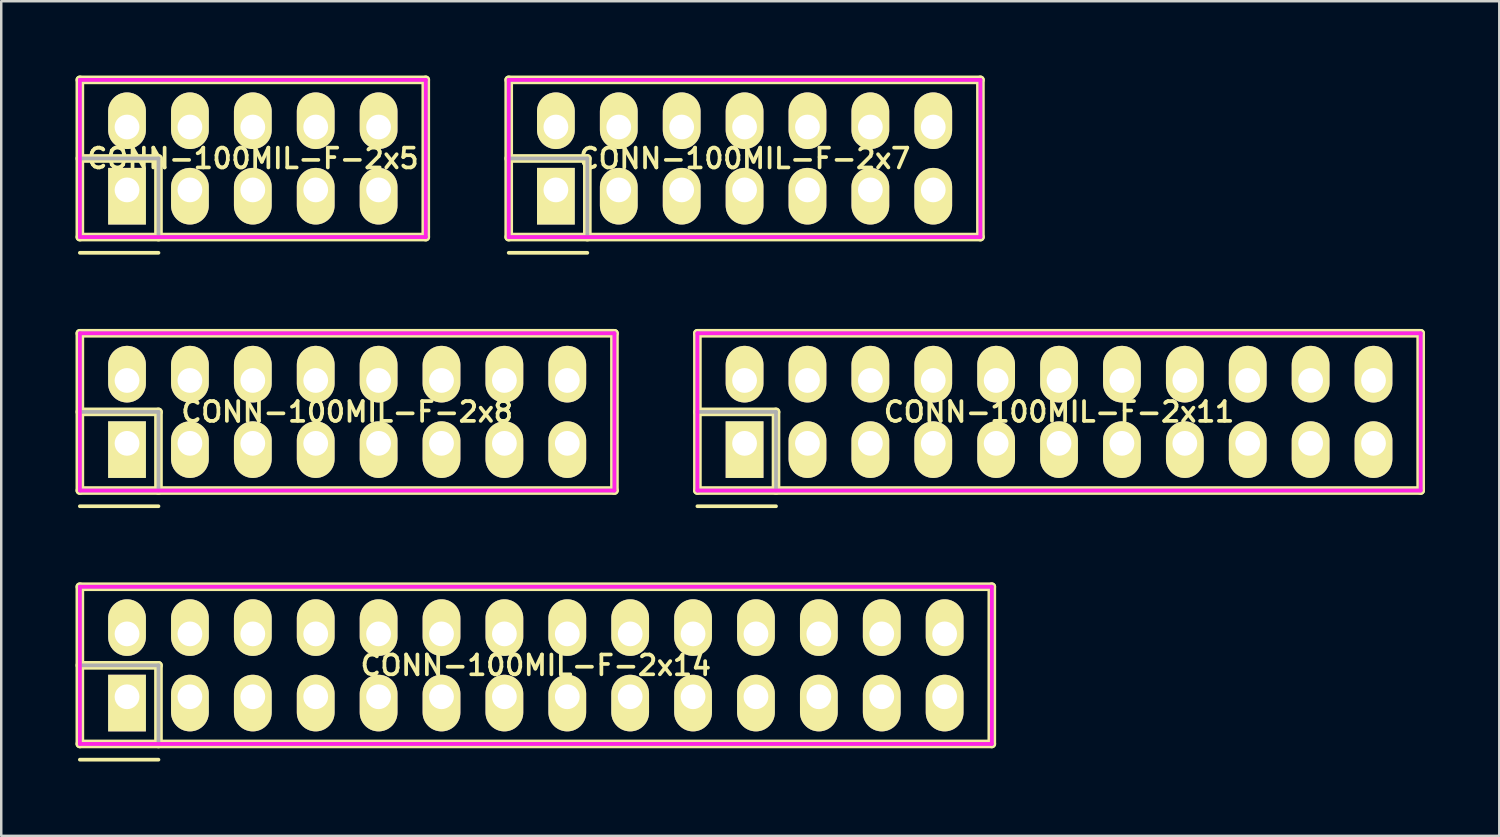
<source format=kicad_pcb>
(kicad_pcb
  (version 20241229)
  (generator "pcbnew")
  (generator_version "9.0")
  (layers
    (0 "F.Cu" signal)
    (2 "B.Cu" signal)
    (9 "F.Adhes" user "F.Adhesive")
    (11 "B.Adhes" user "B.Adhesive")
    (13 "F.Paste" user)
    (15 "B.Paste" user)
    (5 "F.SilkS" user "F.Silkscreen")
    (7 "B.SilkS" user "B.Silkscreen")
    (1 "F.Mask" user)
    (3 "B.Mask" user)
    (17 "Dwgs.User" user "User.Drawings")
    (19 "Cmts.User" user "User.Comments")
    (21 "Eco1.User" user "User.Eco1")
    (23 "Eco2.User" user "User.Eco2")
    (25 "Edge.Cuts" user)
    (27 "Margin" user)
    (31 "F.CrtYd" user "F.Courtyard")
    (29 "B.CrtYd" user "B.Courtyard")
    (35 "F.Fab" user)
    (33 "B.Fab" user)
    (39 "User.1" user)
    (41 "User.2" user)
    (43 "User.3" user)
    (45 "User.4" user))
  (footprint "CONN-100MIL-F-2x11"
    (layer "F.Cu")
    (at 39.72 13.585)
    (property "Reference" "CONN-100MIL-F-2x11" (at 0 0 0) (layer "F.SilkS") (effects (font (size 0.8 0.8) (thickness 0.15))))
    (attr through_hole)
    (fp_line (start -14.605 -3.175) (end 14.605 -3.175) (stroke (width 0.35) (type solid)) (layer "F.SilkS"))
    (fp_line (start -14.605 0) (end -11.43 0) (stroke (width 0.35) (type solid)) (layer "F.SilkS"))
    (fp_line (start -14.605 3.175) (end -14.605 -3.175) (stroke (width 0.35) (type solid)) (layer "F.SilkS"))
    (fp_line (start -14.605 3.81) (end -11.43 3.81) (stroke (width 0.15) (type solid)) (layer "F.SilkS"))
    (fp_line (start -11.43 0) (end -11.43 3.175) (stroke (width 0.35) (type solid)) (layer "F.SilkS"))
    (fp_line (start 14.605 -3.175) (end 14.605 3.175) (stroke (width 0.35) (type solid)) (layer "F.SilkS"))
    (fp_line (start 14.605 3.175) (end -14.605 3.175) (stroke (width 0.35) (type solid)) (layer "F.SilkS"))
    (fp_line (start -14.605 -3.175) (end 14.605 -3.175) (stroke (width 0.15) (type solid)) (layer "F.CrtYd"))
    (fp_line (start -14.605 3.175) (end -14.605 -3.175) (stroke (width 0.15) (type solid)) (layer "F.CrtYd"))
    (fp_line (start 14.605 -3.175) (end 14.605 3.175) (stroke (width 0.15) (type solid)) (layer "F.CrtYd"))
    (fp_line (start 14.605 3.175) (end -14.605 3.175) (stroke (width 0.15) (type solid)) (layer "F.CrtYd"))
    (fp_line (start -14.605 -3.175) (end 14.605 -3.175) (stroke (width 0.15) (type solid)) (layer "F.Fab"))
    (fp_line (start -14.605 0) (end -11.43 0) (stroke (width 0.15) (type solid)) (layer "F.Fab"))
    (fp_line (start -14.605 3.175) (end -14.605 -3.175) (stroke (width 0.15) (type solid)) (layer "F.Fab"))
    (fp_line (start -11.43 0) (end -11.43 3.175) (stroke (width 0.15) (type solid)) (layer "F.Fab"))
    (fp_line (start 14.605 -3.175) (end 14.605 3.175) (stroke (width 0.15) (type solid)) (layer "F.Fab"))
    (fp_line (start 14.605 3.175) (end -14.605 3.175) (stroke (width 0.15) (type solid)) (layer "F.Fab"))
    (pad "1" thru_hole rect (at -12.7 1.27) (size 1.524 2.286) (drill 1 (offset 0 0.254)) (layers "*.Cu" "*.Mask" "F.SilkS"))
    (pad "2" thru_hole oval (at -12.7 -1.27) (size 1.524 2.286) (drill 1 (offset 0 -0.254)) (layers "*.Cu" "*.Mask" "F.SilkS"))
    (pad "3" thru_hole oval (at -10.16 1.27) (size 1.524 2.286) (drill 1 (offset 0 0.254)) (layers "*.Cu" "*.Mask" "F.SilkS"))
    (pad "4" thru_hole oval (at -10.16 -1.27) (size 1.524 2.286) (drill 1 (offset 0 -0.254)) (layers "*.Cu" "*.Mask" "F.SilkS"))
    (pad "5" thru_hole oval (at -7.62 1.27) (size 1.524 2.286) (drill 1 (offset 0 0.254)) (layers "*.Cu" "*.Mask" "F.SilkS"))
    (pad "6" thru_hole oval (at -7.62 -1.27) (size 1.524 2.286) (drill 1 (offset 0 -0.254)) (layers "*.Cu" "*.Mask" "F.SilkS"))
    (pad "7" thru_hole oval (at -5.08 1.27) (size 1.524 2.286) (drill 1 (offset 0 0.254)) (layers "*.Cu" "*.Mask" "F.SilkS"))
    (pad "8" thru_hole oval (at -5.08 -1.27) (size 1.524 2.286) (drill 1 (offset 0 -0.254)) (layers "*.Cu" "*.Mask" "F.SilkS"))
    (pad "9" thru_hole oval (at -2.54 1.27) (size 1.524 2.286) (drill 1 (offset 0 0.254)) (layers "*.Cu" "*.Mask" "F.SilkS"))
    (pad "10" thru_hole oval (at -2.54 -1.27) (size 1.524 2.286) (drill 1 (offset 0 -0.254)) (layers "*.Cu" "*.Mask" "F.SilkS"))
    (pad "11" thru_hole oval (at 0 1.27) (size 1.524 2.286) (drill 1 (offset 0 0.254)) (layers "*.Cu" "*.Mask" "F.SilkS"))
    (pad "12" thru_hole oval (at 0 -1.27) (size 1.524 2.286) (drill 1 (offset 0 -0.254)) (layers "*.Cu" "*.Mask" "F.SilkS"))
    (pad "13" thru_hole oval (at 2.54 1.27) (size 1.524 2.286) (drill 1 (offset 0 0.254)) (layers "*.Cu" "*.Mask" "F.SilkS"))
    (pad "14" thru_hole oval (at 2.54 -1.27) (size 1.524 2.286) (drill 1 (offset 0 -0.254)) (layers "*.Cu" "*.Mask" "F.SilkS"))
    (pad "15" thru_hole oval (at 5.08 1.27) (size 1.524 2.286) (drill 1 (offset 0 0.254)) (layers "*.Cu" "*.Mask" "F.SilkS"))
    (pad "16" thru_hole oval (at 5.08 -1.27) (size 1.524 2.286) (drill 1 (offset 0 -0.254)) (layers "*.Cu" "*.Mask" "F.SilkS"))
    (pad "17" thru_hole oval (at 7.62 1.27) (size 1.524 2.286) (drill 1 (offset 0 0.254)) (layers "*.Cu" "*.Mask" "F.SilkS"))
    (pad "18" thru_hole oval (at 7.62 -1.27) (size 1.524 2.286) (drill 1 (offset 0 -0.254)) (layers "*.Cu" "*.Mask" "F.SilkS"))
    (pad "19" thru_hole oval (at 10.16 1.27) (size 1.524 2.286) (drill 1 (offset 0 0.254)) (layers "*.Cu" "*.Mask" "F.SilkS"))
    (pad "20" thru_hole oval (at 10.16 -1.27) (size 1.524 2.286) (drill 1 (offset 0 -0.254)) (layers "*.Cu" "*.Mask" "F.SilkS"))
    (pad "21" thru_hole oval (at 12.7 1.27) (size 1.524 2.286) (drill 1 (offset 0 0.254)) (layers "*.Cu" "*.Mask" "F.SilkS"))
    (pad "22" thru_hole oval (at 12.7 -1.27) (size 1.524 2.286) (drill 1 (offset 0 -0.254)) (layers "*.Cu" "*.Mask" "F.SilkS")))
  (footprint "CONN-100MIL-F-2x7"
    (layer "F.Cu")
    (at 27.02 3.35)
    (property "Reference" "CONN-100MIL-F-2x7" (at 0 0 0) (layer "F.SilkS") (effects (font (size 0.8 0.8) (thickness 0.15))))
    (attr through_hole)
    (fp_line (start -9.525 -3.175) (end 9.525 -3.175) (stroke (width 0.35) (type solid)) (layer "F.SilkS"))
    (fp_line (start -9.525 0) (end -6.35 0) (stroke (width 0.35) (type solid)) (layer "F.SilkS"))
    (fp_line (start -9.525 3.175) (end -9.525 -3.175) (stroke (width 0.35) (type solid)) (layer "F.SilkS"))
    (fp_line (start -9.525 3.81) (end -6.35 3.81) (stroke (width 0.15) (type solid)) (layer "F.SilkS"))
    (fp_line (start -6.35 0) (end -6.35 3.175) (stroke (width 0.35) (type solid)) (layer "F.SilkS"))
    (fp_line (start 9.525 -3.175) (end 9.525 3.175) (stroke (width 0.35) (type solid)) (layer "F.SilkS"))
    (fp_line (start 9.525 3.175) (end -9.525 3.175) (stroke (width 0.35) (type solid)) (layer "F.SilkS"))
    (fp_line (start -9.525 -3.175) (end 9.525 -3.175) (stroke (width 0.15) (type solid)) (layer "F.CrtYd"))
    (fp_line (start -9.525 3.175) (end -9.525 -3.175) (stroke (width 0.15) (type solid)) (layer "F.CrtYd"))
    (fp_line (start 9.525 -3.175) (end 9.525 3.175) (stroke (width 0.15) (type solid)) (layer "F.CrtYd"))
    (fp_line (start 9.525 3.175) (end -9.525 3.175) (stroke (width 0.15) (type solid)) (layer "F.CrtYd"))
    (fp_line (start -9.525 -3.175) (end 9.525 -3.175) (stroke (width 0.15) (type solid)) (layer "F.Fab"))
    (fp_line (start -9.525 0) (end -6.35 0) (stroke (width 0.15) (type solid)) (layer "F.Fab"))
    (fp_line (start -9.525 3.175) (end -9.525 -3.175) (stroke (width 0.15) (type solid)) (layer "F.Fab"))
    (fp_line (start -6.35 0) (end -6.35 3.175) (stroke (width 0.15) (type solid)) (layer "F.Fab"))
    (fp_line (start 9.525 -3.175) (end 9.525 3.175) (stroke (width 0.15) (type solid)) (layer "F.Fab"))
    (fp_line (start 9.525 3.175) (end -9.525 3.175) (stroke (width 0.15) (type solid)) (layer "F.Fab"))
    (pad "1" thru_hole rect (at -7.62 1.27) (size 1.524 2.286) (drill 1 (offset 0 0.254)) (layers "*.Cu" "*.Mask" "F.SilkS"))
    (pad "2" thru_hole oval (at -7.62 -1.27) (size 1.524 2.286) (drill 1 (offset 0 -0.254)) (layers "*.Cu" "*.Mask" "F.SilkS"))
    (pad "3" thru_hole oval (at -5.08 1.27) (size 1.524 2.286) (drill 1 (offset 0 0.254)) (layers "*.Cu" "*.Mask" "F.SilkS"))
    (pad "4" thru_hole oval (at -5.08 -1.27) (size 1.524 2.286) (drill 1 (offset 0 -0.254)) (layers "*.Cu" "*.Mask" "F.SilkS"))
    (pad "5" thru_hole oval (at -2.54 1.27) (size 1.524 2.286) (drill 1 (offset 0 0.254)) (layers "*.Cu" "*.Mask" "F.SilkS"))
    (pad "6" thru_hole oval (at -2.54 -1.27) (size 1.524 2.286) (drill 1 (offset 0 -0.254)) (layers "*.Cu" "*.Mask" "F.SilkS"))
    (pad "7" thru_hole oval (at 0 1.27) (size 1.524 2.286) (drill 1 (offset 0 0.254)) (layers "*.Cu" "*.Mask" "F.SilkS"))
    (pad "8" thru_hole oval (at 0 -1.27) (size 1.524 2.286) (drill 1 (offset 0 -0.254)) (layers "*.Cu" "*.Mask" "F.SilkS"))
    (pad "9" thru_hole oval (at 2.54 1.27) (size 1.524 2.286) (drill 1 (offset 0 0.254)) (layers "*.Cu" "*.Mask" "F.SilkS"))
    (pad "10" thru_hole oval (at 2.54 -1.27) (size 1.524 2.286) (drill 1 (offset 0 -0.254)) (layers "*.Cu" "*.Mask" "F.SilkS"))
    (pad "11" thru_hole oval (at 5.08 1.27) (size 1.524 2.286) (drill 1 (offset 0 0.254)) (layers "*.Cu" "*.Mask" "F.SilkS"))
    (pad "12" thru_hole oval (at 5.08 -1.27) (size 1.524 2.286) (drill 1 (offset 0 -0.254)) (layers "*.Cu" "*.Mask" "F.SilkS"))
    (pad "13" thru_hole oval (at 7.62 1.27) (size 1.524 2.286) (drill 1 (offset 0 0.254)) (layers "*.Cu" "*.Mask" "F.SilkS"))
    (pad "14" thru_hole oval (at 7.62 -1.27) (size 1.524 2.286) (drill 1 (offset 0 -0.254)) (layers "*.Cu" "*.Mask" "F.SilkS")))
  (footprint "CONN-100MIL-F-2x8"
    (layer "F.Cu")
    (at 10.97 13.585)
    (property "Reference" "CONN-100MIL-F-2x8" (at 0 0 0) (layer "F.SilkS") (effects (font (size 0.8 0.8) (thickness 0.15))))
    (attr through_hole)
    (fp_line (start -10.795 -3.175) (end 10.795 -3.175) (stroke (width 0.35) (type solid)) (layer "F.SilkS"))
    (fp_line (start -10.795 0) (end -7.62 0) (stroke (width 0.35) (type solid)) (layer "F.SilkS"))
    (fp_line (start -10.795 3.175) (end -10.795 -3.175) (stroke (width 0.35) (type solid)) (layer "F.SilkS"))
    (fp_line (start -10.795 3.81) (end -7.62 3.81) (stroke (width 0.15) (type solid)) (layer "F.SilkS"))
    (fp_line (start -7.62 0) (end -7.62 3.175) (stroke (width 0.35) (type solid)) (layer "F.SilkS"))
    (fp_line (start 10.795 -3.175) (end 10.795 3.175) (stroke (width 0.35) (type solid)) (layer "F.SilkS"))
    (fp_line (start 10.795 3.175) (end -10.795 3.175) (stroke (width 0.35) (type solid)) (layer "F.SilkS"))
    (fp_line (start -10.795 -3.175) (end 10.795 -3.175) (stroke (width 0.15) (type solid)) (layer "F.CrtYd"))
    (fp_line (start -10.795 3.175) (end -10.795 -3.175) (stroke (width 0.15) (type solid)) (layer "F.CrtYd"))
    (fp_line (start 10.795 -3.175) (end 10.795 3.175) (stroke (width 0.15) (type solid)) (layer "F.CrtYd"))
    (fp_line (start 10.795 3.175) (end -10.795 3.175) (stroke (width 0.15) (type solid)) (layer "F.CrtYd"))
    (fp_line (start -10.795 -3.175) (end 10.795 -3.175) (stroke (width 0.15) (type solid)) (layer "F.Fab"))
    (fp_line (start -10.795 0) (end -7.62 0) (stroke (width 0.15) (type solid)) (layer "F.Fab"))
    (fp_line (start -10.795 3.175) (end -10.795 -3.175) (stroke (width 0.15) (type solid)) (layer "F.Fab"))
    (fp_line (start -7.62 0) (end -7.62 3.175) (stroke (width 0.15) (type solid)) (layer "F.Fab"))
    (fp_line (start 10.795 -3.175) (end 10.795 3.175) (stroke (width 0.15) (type solid)) (layer "F.Fab"))
    (fp_line (start 10.795 3.175) (end -10.795 3.175) (stroke (width 0.15) (type solid)) (layer "F.Fab"))
    (pad "1" thru_hole rect (at -8.89 1.27) (size 1.524 2.286) (drill 1 (offset 0 0.254)) (layers "*.Cu" "*.Mask" "F.SilkS"))
    (pad "2" thru_hole oval (at -8.89 -1.27) (size 1.524 2.286) (drill 1 (offset 0 -0.254)) (layers "*.Cu" "*.Mask" "F.SilkS"))
    (pad "3" thru_hole oval (at -6.35 1.27) (size 1.524 2.286) (drill 1 (offset 0 0.254)) (layers "*.Cu" "*.Mask" "F.SilkS"))
    (pad "4" thru_hole oval (at -6.35 -1.27) (size 1.524 2.286) (drill 1 (offset 0 -0.254)) (layers "*.Cu" "*.Mask" "F.SilkS"))
    (pad "5" thru_hole oval (at -3.81 1.27) (size 1.524 2.286) (drill 1 (offset 0 0.254)) (layers "*.Cu" "*.Mask" "F.SilkS"))
    (pad "6" thru_hole oval (at -3.81 -1.27) (size 1.524 2.286) (drill 1 (offset 0 -0.254)) (layers "*.Cu" "*.Mask" "F.SilkS"))
    (pad "7" thru_hole oval (at -1.27 1.27) (size 1.524 2.286) (drill 1 (offset 0 0.254)) (layers "*.Cu" "*.Mask" "F.SilkS"))
    (pad "8" thru_hole oval (at -1.27 -1.27) (size 1.524 2.286) (drill 1 (offset 0 -0.254)) (layers "*.Cu" "*.Mask" "F.SilkS"))
    (pad "9" thru_hole oval (at 1.27 1.27) (size 1.524 2.286) (drill 1 (offset 0 0.254)) (layers "*.Cu" "*.Mask" "F.SilkS"))
    (pad "10" thru_hole oval (at 1.27 -1.27) (size 1.524 2.286) (drill 1 (offset 0 -0.254)) (layers "*.Cu" "*.Mask" "F.SilkS"))
    (pad "11" thru_hole oval (at 3.81 1.27) (size 1.524 2.286) (drill 1 (offset 0 0.254)) (layers "*.Cu" "*.Mask" "F.SilkS"))
    (pad "12" thru_hole oval (at 3.81 -1.27) (size 1.524 2.286) (drill 1 (offset 0 -0.254)) (layers "*.Cu" "*.Mask" "F.SilkS"))
    (pad "13" thru_hole oval (at 6.35 1.27) (size 1.524 2.286) (drill 1 (offset 0 0.254)) (layers "*.Cu" "*.Mask" "F.SilkS"))
    (pad "14" thru_hole oval (at 6.35 -1.27) (size 1.524 2.286) (drill 1 (offset 0 -0.254)) (layers "*.Cu" "*.Mask" "F.SilkS"))
    (pad "15" thru_hole oval (at 8.89 1.27) (size 1.524 2.286) (drill 1 (offset 0 0.254)) (layers "*.Cu" "*.Mask" "F.SilkS"))
    (pad "16" thru_hole oval (at 8.89 -1.27) (size 1.524 2.286) (drill 1 (offset 0 -0.254)) (layers "*.Cu" "*.Mask" "F.SilkS")))
  (footprint "CONN-100MIL-F-2x14"
    (layer "F.Cu")
    (at 18.59 23.82)
    (property "Reference" "CONN-100MIL-F-2x14" (at 0 0 0) (layer "F.SilkS") (effects (font (size 0.8 0.8) (thickness 0.15))))
    (attr through_hole)
    (fp_line (start -18.415 -3.175) (end 18.415 -3.175) (stroke (width 0.35) (type solid)) (layer "F.SilkS"))
    (fp_line (start -18.415 0) (end -15.24 0) (stroke (width 0.35) (type solid)) (layer "F.SilkS"))
    (fp_line (start -18.415 3.175) (end -18.415 -3.175) (stroke (width 0.35) (type solid)) (layer "F.SilkS"))
    (fp_line (start -18.415 3.81) (end -15.24 3.81) (stroke (width 0.15) (type solid)) (layer "F.SilkS"))
    (fp_line (start -15.24 0) (end -15.24 3.175) (stroke (width 0.35) (type solid)) (layer "F.SilkS"))
    (fp_line (start 18.415 -3.175) (end 18.415 3.175) (stroke (width 0.35) (type solid)) (layer "F.SilkS"))
    (fp_line (start 18.415 3.175) (end -18.415 3.175) (stroke (width 0.35) (type solid)) (layer "F.SilkS"))
    (fp_line (start -18.415 -3.175) (end 18.415 -3.175) (stroke (width 0.15) (type solid)) (layer "F.CrtYd"))
    (fp_line (start -18.415 3.175) (end -18.415 -3.175) (stroke (width 0.15) (type solid)) (layer "F.CrtYd"))
    (fp_line (start 18.415 -3.175) (end 18.415 3.175) (stroke (width 0.15) (type solid)) (layer "F.CrtYd"))
    (fp_line (start 18.415 3.175) (end -18.415 3.175) (stroke (width 0.15) (type solid)) (layer "F.CrtYd"))
    (fp_line (start -18.415 -3.175) (end 18.415 -3.175) (stroke (width 0.15) (type solid)) (layer "F.Fab"))
    (fp_line (start -18.415 0) (end -15.24 0) (stroke (width 0.15) (type solid)) (layer "F.Fab"))
    (fp_line (start -18.415 3.175) (end -18.415 -3.175) (stroke (width 0.15) (type solid)) (layer "F.Fab"))
    (fp_line (start -15.24 0) (end -15.24 3.175) (stroke (width 0.15) (type solid)) (layer "F.Fab"))
    (fp_line (start 18.415 -3.175) (end 18.415 3.175) (stroke (width 0.15) (type solid)) (layer "F.Fab"))
    (fp_line (start 18.415 3.175) (end -18.415 3.175) (stroke (width 0.15) (type solid)) (layer "F.Fab"))
    (pad "1" thru_hole rect (at -16.51 1.27) (size 1.524 2.286) (drill 1 (offset 0 0.254)) (layers "*.Cu" "*.Mask" "F.SilkS"))
    (pad "2" thru_hole oval (at -16.51 -1.27) (size 1.524 2.286) (drill 1 (offset 0 -0.254)) (layers "*.Cu" "*.Mask" "F.SilkS"))
    (pad "3" thru_hole oval (at -13.97 1.27) (size 1.524 2.286) (drill 1 (offset 0 0.254)) (layers "*.Cu" "*.Mask" "F.SilkS"))
    (pad "4" thru_hole oval (at -13.97 -1.27) (size 1.524 2.286) (drill 1 (offset 0 -0.254)) (layers "*.Cu" "*.Mask" "F.SilkS"))
    (pad "5" thru_hole oval (at -11.43 1.27) (size 1.524 2.286) (drill 1 (offset 0 0.254)) (layers "*.Cu" "*.Mask" "F.SilkS"))
    (pad "6" thru_hole oval (at -11.43 -1.27) (size 1.524 2.286) (drill 1 (offset 0 -0.254)) (layers "*.Cu" "*.Mask" "F.SilkS"))
    (pad "7" thru_hole oval (at -8.89 1.27) (size 1.524 2.286) (drill 1 (offset 0 0.254)) (layers "*.Cu" "*.Mask" "F.SilkS"))
    (pad "8" thru_hole oval (at -8.89 -1.27) (size 1.524 2.286) (drill 1 (offset 0 -0.254)) (layers "*.Cu" "*.Mask" "F.SilkS"))
    (pad "9" thru_hole oval (at -6.35 1.27) (size 1.524 2.286) (drill 1 (offset 0 0.254)) (layers "*.Cu" "*.Mask" "F.SilkS"))
    (pad "10" thru_hole oval (at -6.35 -1.27) (size 1.524 2.286) (drill 1 (offset 0 -0.254)) (layers "*.Cu" "*.Mask" "F.SilkS"))
    (pad "11" thru_hole oval (at -3.81 1.27) (size 1.524 2.286) (drill 1 (offset 0 0.254)) (layers "*.Cu" "*.Mask" "F.SilkS"))
    (pad "12" thru_hole oval (at -3.81 -1.27) (size 1.524 2.286) (drill 1 (offset 0 -0.254)) (layers "*.Cu" "*.Mask" "F.SilkS"))
    (pad "13" thru_hole oval (at -1.27 1.27) (size 1.524 2.286) (drill 1 (offset 0 0.254)) (layers "*.Cu" "*.Mask" "F.SilkS"))
    (pad "14" thru_hole oval (at -1.27 -1.27) (size 1.524 2.286) (drill 1 (offset 0 -0.254)) (layers "*.Cu" "*.Mask" "F.SilkS"))
    (pad "15" thru_hole oval (at 1.27 1.27) (size 1.524 2.286) (drill 1 (offset 0 0.254)) (layers "*.Cu" "*.Mask" "F.SilkS"))
    (pad "16" thru_hole oval (at 1.27 -1.27) (size 1.524 2.286) (drill 1 (offset 0 -0.254)) (layers "*.Cu" "*.Mask" "F.SilkS"))
    (pad "17" thru_hole oval (at 3.81 1.27) (size 1.524 2.286) (drill 1 (offset 0 0.254)) (layers "*.Cu" "*.Mask" "F.SilkS"))
    (pad "18" thru_hole oval (at 3.81 -1.27) (size 1.524 2.286) (drill 1 (offset 0 -0.254)) (layers "*.Cu" "*.Mask" "F.SilkS"))
    (pad "19" thru_hole oval (at 6.35 1.27) (size 1.524 2.286) (drill 1 (offset 0 0.254)) (layers "*.Cu" "*.Mask" "F.SilkS"))
    (pad "20" thru_hole oval (at 6.35 -1.27) (size 1.524 2.286) (drill 1 (offset 0 -0.254)) (layers "*.Cu" "*.Mask" "F.SilkS"))
    (pad "21" thru_hole oval (at 8.89 1.27) (size 1.524 2.286) (drill 1 (offset 0 0.254)) (layers "*.Cu" "*.Mask" "F.SilkS"))
    (pad "22" thru_hole oval (at 8.89 -1.27) (size 1.524 2.286) (drill 1 (offset 0 -0.254)) (layers "*.Cu" "*.Mask" "F.SilkS"))
    (pad "23" thru_hole oval (at 11.43 1.27) (size 1.524 2.286) (drill 1 (offset 0 0.254)) (layers "*.Cu" "*.Mask" "F.SilkS"))
    (pad "24" thru_hole oval (at 11.43 -1.27) (size 1.524 2.286) (drill 1 (offset 0 -0.254)) (layers "*.Cu" "*.Mask" "F.SilkS"))
    (pad "25" thru_hole oval (at 13.97 1.27) (size 1.524 2.286) (drill 1 (offset 0 0.254)) (layers "*.Cu" "*.Mask" "F.SilkS"))
    (pad "26" thru_hole oval (at 13.97 -1.27) (size 1.524 2.286) (drill 1 (offset 0 -0.254)) (layers "*.Cu" "*.Mask" "F.SilkS"))
    (pad "27" thru_hole oval (at 16.51 1.27) (size 1.524 2.286) (drill 1 (offset 0 0.254)) (layers "*.Cu" "*.Mask" "F.SilkS"))
    (pad "28" thru_hole oval (at 16.51 -1.27) (size 1.524 2.286) (drill 1 (offset 0 -0.254)) (layers "*.Cu" "*.Mask" "F.SilkS")))
  (footprint "CONN-100MIL-F-2x5"
    (layer "F.Cu")
    (at 7.16 3.35)
    (property "Reference" "CONN-100MIL-F-2x5" (at 0 0 0) (layer "F.SilkS") (effects (font (size 0.8 0.8) (thickness 0.15))))
    (attr through_hole)
    (fp_line (start -6.985 -3.175) (end 6.985 -3.175) (stroke (width 0.35) (type solid)) (layer "F.SilkS"))
    (fp_line (start -6.985 0) (end -3.81 0) (stroke (width 0.35) (type solid)) (layer "F.SilkS"))
    (fp_line (start -6.985 3.175) (end -6.985 -3.175) (stroke (width 0.35) (type solid)) (layer "F.SilkS"))
    (fp_line (start -6.985 3.81) (end -3.81 3.81) (stroke (width 0.15) (type solid)) (layer "F.SilkS"))
    (fp_line (start -3.81 0) (end -3.81 3.175) (stroke (width 0.35) (type solid)) (layer "F.SilkS"))
    (fp_line (start 6.985 -3.175) (end 6.985 3.175) (stroke (width 0.35) (type solid)) (layer "F.SilkS"))
    (fp_line (start 6.985 3.175) (end -6.985 3.175) (stroke (width 0.35) (type solid)) (layer "F.SilkS"))
    (fp_line (start -6.985 -3.175) (end 6.985 -3.175) (stroke (width 0.15) (type solid)) (layer "F.CrtYd"))
    (fp_line (start -6.985 3.175) (end -6.985 -3.175) (stroke (width 0.15) (type solid)) (layer "F.CrtYd"))
    (fp_line (start 6.985 -3.175) (end 6.985 3.175) (stroke (width 0.15) (type solid)) (layer "F.CrtYd"))
    (fp_line (start 6.985 3.175) (end -6.985 3.175) (stroke (width 0.15) (type solid)) (layer "F.CrtYd"))
    (fp_line (start -6.985 -3.175) (end 6.985 -3.175) (stroke (width 0.15) (type solid)) (layer "F.Fab"))
    (fp_line (start -6.985 0) (end -3.81 0) (stroke (width 0.15) (type solid)) (layer "F.Fab"))
    (fp_line (start -6.985 3.175) (end -6.985 -3.175) (stroke (width 0.15) (type solid)) (layer "F.Fab"))
    (fp_line (start -3.81 0) (end -3.81 3.175) (stroke (width 0.15) (type solid)) (layer "F.Fab"))
    (fp_line (start 6.985 -3.175) (end 6.985 3.175) (stroke (width 0.15) (type solid)) (layer "F.Fab"))
    (fp_line (start 6.985 3.175) (end -6.985 3.175) (stroke (width 0.15) (type solid)) (layer "F.Fab"))
    (pad "1" thru_hole rect (at -5.08 1.27) (size 1.524 2.286) (drill 1 (offset 0 0.254)) (layers "*.Cu" "*.Mask" "F.SilkS"))
    (pad "2" thru_hole oval (at -5.08 -1.27) (size 1.524 2.286) (drill 1 (offset 0 -0.254)) (layers "*.Cu" "*.Mask" "F.SilkS"))
    (pad "3" thru_hole oval (at -2.54 1.27) (size 1.524 2.286) (drill 1 (offset 0 0.254)) (layers "*.Cu" "*.Mask" "F.SilkS"))
    (pad "4" thru_hole oval (at -2.54 -1.27) (size 1.524 2.286) (drill 1 (offset 0 -0.254)) (layers "*.Cu" "*.Mask" "F.SilkS"))
    (pad "5" thru_hole oval (at 0 1.27) (size 1.524 2.286) (drill 1 (offset 0 0.254)) (layers "*.Cu" "*.Mask" "F.SilkS"))
    (pad "6" thru_hole oval (at 0 -1.27) (size 1.524 2.286) (drill 1 (offset 0 -0.254)) (layers "*.Cu" "*.Mask" "F.SilkS"))
    (pad "7" thru_hole oval (at 2.54 1.27) (size 1.524 2.286) (drill 1 (offset 0 0.254)) (layers "*.Cu" "*.Mask" "F.SilkS"))
    (pad "8" thru_hole oval (at 2.54 -1.27) (size 1.524 2.286) (drill 1 (offset 0 -0.254)) (layers "*.Cu" "*.Mask" "F.SilkS"))
    (pad "9" thru_hole oval (at 5.08 1.27) (size 1.524 2.286) (drill 1 (offset 0 0.254)) (layers "*.Cu" "*.Mask" "F.SilkS"))
    (pad "10" thru_hole oval (at 5.08 -1.27) (size 1.524 2.286) (drill 1 (offset 0 -0.254)) (layers "*.Cu" "*.Mask" "F.SilkS")))
  (gr_rect
    (start -3 -3)
    (end 57.5 30.705)
    (stroke (width 0.1) (type default))
    (fill no)
    (layer "Edge.Cuts")))
</source>
